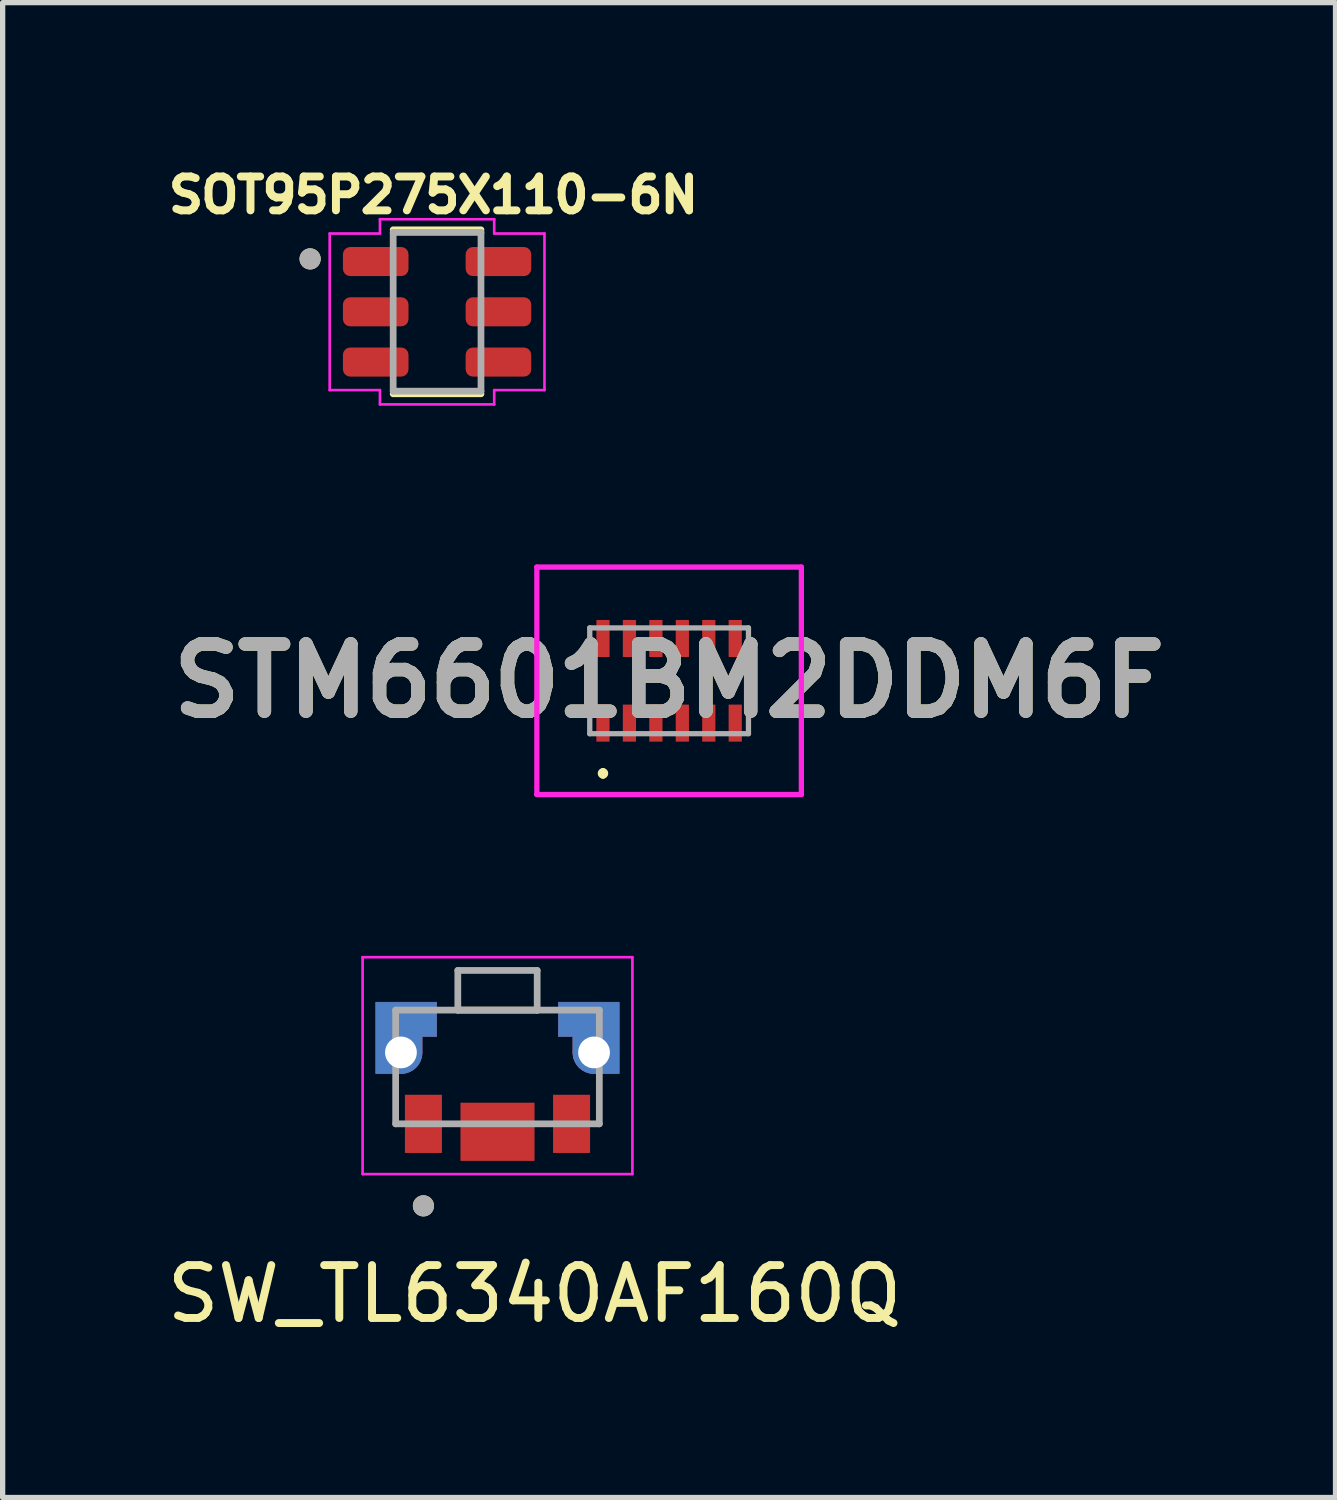
<source format=kicad_pcb>
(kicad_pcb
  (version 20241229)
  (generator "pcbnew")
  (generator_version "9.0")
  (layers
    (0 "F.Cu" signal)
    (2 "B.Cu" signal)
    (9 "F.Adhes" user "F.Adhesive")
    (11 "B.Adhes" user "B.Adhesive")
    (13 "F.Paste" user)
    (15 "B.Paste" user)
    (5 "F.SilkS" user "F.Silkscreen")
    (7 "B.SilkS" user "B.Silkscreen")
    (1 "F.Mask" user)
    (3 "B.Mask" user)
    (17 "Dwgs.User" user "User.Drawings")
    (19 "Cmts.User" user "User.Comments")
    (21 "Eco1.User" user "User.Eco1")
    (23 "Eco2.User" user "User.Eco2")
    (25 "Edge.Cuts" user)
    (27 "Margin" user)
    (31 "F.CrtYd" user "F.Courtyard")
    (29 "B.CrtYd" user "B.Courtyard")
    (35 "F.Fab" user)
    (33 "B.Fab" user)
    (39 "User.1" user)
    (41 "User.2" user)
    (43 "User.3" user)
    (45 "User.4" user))
  (footprint "SOT95P275X110-6N"
    (layer "F.Cu")
    (at 5.212 2.844)
    (property "Reference" "SOT95P275X110-6N" (at -0.068 -2.206 0) (layer "F.SilkS") (effects (font (size 0.64 0.64) (thickness 0.15))))
    (attr smd)
    (fp_line (start -0.83 -1.55) (end 0.83 -1.55) (stroke (width 0.127) (type solid)) (layer "F.SilkS"))
    (fp_line (start -0.83 1.55) (end 0.83 1.55) (stroke (width 0.127) (type solid)) (layer "F.SilkS"))
    (fp_circle (center -2.4 -1) (end -2.3 -1) (stroke (width 0.2) (type solid)) (fill no) (layer "F.SilkS"))
    (fp_line (start -2.03 -1.48) (end -1.08 -1.48) (stroke (width 0.05) (type solid)) (layer "F.CrtYd"))
    (fp_line (start -2.03 1.48) (end -2.03 -1.48) (stroke (width 0.05) (type solid)) (layer "F.CrtYd"))
    (fp_line (start -1.08 -1.75) (end 1.08 -1.75) (stroke (width 0.05) (type solid)) (layer "F.CrtYd"))
    (fp_line (start -1.08 -1.48) (end -1.08 -1.75) (stroke (width 0.05) (type solid)) (layer "F.CrtYd"))
    (fp_line (start -1.08 1.48) (end -2.03 1.48) (stroke (width 0.05) (type solid)) (layer "F.CrtYd"))
    (fp_line (start -1.08 1.75) (end -1.08 1.48) (stroke (width 0.05) (type solid)) (layer "F.CrtYd"))
    (fp_line (start 1.08 -1.75) (end 1.08 -1.48) (stroke (width 0.05) (type solid)) (layer "F.CrtYd"))
    (fp_line (start 1.08 -1.48) (end 2.03 -1.48) (stroke (width 0.05) (type solid)) (layer "F.CrtYd"))
    (fp_line (start 1.08 1.48) (end 1.08 1.75) (stroke (width 0.05) (type solid)) (layer "F.CrtYd"))
    (fp_line (start 1.08 1.75) (end -1.08 1.75) (stroke (width 0.05) (type solid)) (layer "F.CrtYd"))
    (fp_line (start 2.03 1.48) (end 1.08 1.48) (stroke (width 0.05) (type solid)) (layer "F.CrtYd"))
    (fp_line (start 2.03 1.48) (end 2.03 -1.48) (stroke (width 0.05) (type solid)) (layer "F.CrtYd"))
    (fp_line (start -0.83 -1.5) (end 0.83 -1.5) (stroke (width 0.127) (type solid)) (layer "F.Fab"))
    (fp_line (start -0.83 1.5) (end -0.83 -1.5) (stroke (width 0.127) (type solid)) (layer "F.Fab"))
    (fp_line (start 0.83 -1.5) (end 0.83 1.5) (stroke (width 0.127) (type solid)) (layer "F.Fab"))
    (fp_line (start 0.83 1.5) (end -0.83 1.5) (stroke (width 0.127) (type solid)) (layer "F.Fab"))
    (fp_circle (center -2.4 -1) (end -2.3 -1) (stroke (width 0.2) (type solid)) (fill no) (layer "F.Fab"))
    (pad "1" smd roundrect (at -1.16 -0.95) (size 1.24 0.55) (layers "F.Cu" "F.Mask" "F.Paste") (roundrect_rratio 0.25))
    (pad "2" smd roundrect (at -1.16 0) (size 1.24 0.55) (layers "F.Cu" "F.Mask" "F.Paste") (roundrect_rratio 0.25))
    (pad "3" smd roundrect (at -1.16 0.95) (size 1.24 0.55) (layers "F.Cu" "F.Mask" "F.Paste") (roundrect_rratio 0.25))
    (pad "4" smd roundrect (at 1.16 0.95) (size 1.24 0.55) (layers "F.Cu" "F.Mask" "F.Paste") (roundrect_rratio 0.25))
    (pad "5" smd roundrect (at 1.16 0) (size 1.24 0.55) (layers "F.Cu" "F.Mask" "F.Paste") (roundrect_rratio 0.25))
    (pad "6" smd roundrect (at 1.16 -0.95) (size 1.24 0.55) (layers "F.Cu" "F.Mask" "F.Paste") (roundrect_rratio 0.25)))
  (footprint "STM6601BM2DDM6F"
    (layer "F.Cu")
    (at 9.598 9.819)
    (property "Reference" "STM6601BM2DDM6F" (at 0 0 0) (layer "F.SilkS") (effects (font (size 1.27 1.27) (thickness 0.254))))
    (attr smd)
    (fp_line (start -1.25 1.7) (end -1.25 1.7) (stroke (width 0.1) (type solid)) (layer "F.SilkS"))
    (fp_line (start -1.25 1.8) (end -1.25 1.8) (stroke (width 0.1) (type solid)) (layer "F.SilkS"))
    (fp_arc (start -1.25 1.7) (mid -1.2 1.75) (end -1.25 1.8) (stroke (width 0.1) (type solid)) (layer "F.SilkS"))
    (fp_arc (start -1.25 1.8) (mid -1.3 1.75) (end -1.25 1.7) (stroke (width 0.1) (type solid)) (layer "F.SilkS"))
    (fp_line (start -2.5 -2.15) (end 2.5 -2.15) (stroke (width 0.1) (type solid)) (layer "F.CrtYd"))
    (fp_line (start -2.5 2.15) (end -2.5 -2.15) (stroke (width 0.1) (type solid)) (layer "F.CrtYd"))
    (fp_line (start 2.5 -2.15) (end 2.5 2.15) (stroke (width 0.1) (type solid)) (layer "F.CrtYd"))
    (fp_line (start 2.5 2.15) (end -2.5 2.15) (stroke (width 0.1) (type solid)) (layer "F.CrtYd"))
    (fp_line (start -1.5 -1) (end -1.5 1) (stroke (width 0.1) (type solid)) (layer "F.Fab"))
    (fp_line (start -1.5 1) (end 1.5 1) (stroke (width 0.1) (type solid)) (layer "F.Fab"))
    (fp_line (start 1.5 -1) (end -1.5 -1) (stroke (width 0.1) (type solid)) (layer "F.Fab"))
    (fp_line (start 1.5 1) (end 1.5 -1) (stroke (width 0.1) (type solid)) (layer "F.Fab"))
    (fp_text user "${REFERENCE}" (at 0 0 0) (layer "F.Fab") (effects (font (size 1.27 1.27) (thickness 0.254))))
    (pad "1" smd rect (at -1.25 0.8) (size 0.25 0.7) (layers "F.Cu" "F.Mask" "F.Paste"))
    (pad "2" smd rect (at -0.75 0.8) (size 0.25 0.7) (layers "F.Cu" "F.Mask" "F.Paste"))
    (pad "3" smd rect (at -0.25 0.8) (size 0.25 0.7) (layers "F.Cu" "F.Mask" "F.Paste"))
    (pad "4" smd rect (at 0.25 0.8) (size 0.25 0.7) (layers "F.Cu" "F.Mask" "F.Paste"))
    (pad "5" smd rect (at 0.75 0.8) (size 0.25 0.7) (layers "F.Cu" "F.Mask" "F.Paste"))
    (pad "6" smd rect (at 1.25 0.8) (size 0.25 0.7) (layers "F.Cu" "F.Mask" "F.Paste"))
    (pad "7" smd rect (at 1.25 -0.8) (size 0.25 0.7) (layers "F.Cu" "F.Mask" "F.Paste"))
    (pad "8" smd rect (at 0.75 -0.8) (size 0.25 0.7) (layers "F.Cu" "F.Mask" "F.Paste"))
    (pad "9" smd rect (at 0.25 -0.8) (size 0.25 0.7) (layers "F.Cu" "F.Mask" "F.Paste"))
    (pad "10" smd rect (at -0.25 -0.8) (size 0.25 0.7) (layers "F.Cu" "F.Mask" "F.Paste"))
    (pad "11" smd rect (at -0.75 -0.8) (size 0.25 0.7) (layers "F.Cu" "F.Mask" "F.Paste"))
    (pad "12" smd rect (at -1.25 -0.8) (size 0.25 0.7) (layers "F.Cu" "F.Mask" "F.Paste")))
  (footprint "SW_TL6340AF160Q"
    (layer "F.Cu")
    (at 6.354 16.844)
    (property "Reference" "SW_TL6340AF160Q" (at 0.7 4.565 0) (layer "F.SilkS") (effects (font (size 1 1) (thickness 0.15))))
    (attr smd)
    (fp_poly (pts (xy 1.15 -0.95) (xy 2.3 -0.95) (xy 2.3 0.4) (xy 1.825 0.4) (xy 1.804 0.399) (xy 1.783 0.398) (xy 1.762 0.395) (xy 1.742 0.391) (xy 1.721 0.386) (xy 1.701 0.38) (xy 1.682 0.373) (xy 1.662 0.365) (xy 1.643 0.356) (xy 1.625 0.346) (xy 1.607 0.335) (xy 1.59 0.324) (xy 1.573 0.311) (xy 1.557 0.297) (xy 1.542 0.283) (xy 1.528 0.268) (xy 1.514 0.252) (xy 1.501 0.235) (xy 1.49 0.218) (xy 1.479 0.2) (xy 1.469 0.182) (xy 1.46 0.163) (xy 1.452 0.143) (xy 1.445 0.124) (xy 1.439 0.104) (xy 1.434 0.083) (xy 1.43 0.063) (xy 1.427 0.042) (xy 1.426 0.021) (xy 1.425 0) (xy 1.425 -0.3) (xy 1.15 -0.3) (xy 1.15 -0.95)) (stroke (width 0.01) (type solid)) (fill yes) (layer "F.Cu"))
    (fp_poly (pts (xy -2.295 -0.95) (xy -2.3 -0.95) (xy -2.3 0.4) (xy -1.825 0.4) (xy -1.804 0.399) (xy -1.783 0.398) (xy -1.762 0.395) (xy -1.742 0.391) (xy -1.721 0.386) (xy -1.701 0.38) (xy -1.682 0.373) (xy -1.662 0.365) (xy -1.643 0.356) (xy -1.625 0.346) (xy -1.607 0.335) (xy -1.59 0.324) (xy -1.573 0.311) (xy -1.557 0.297) (xy -1.542 0.283) (xy -1.528 0.268) (xy -1.514 0.252) (xy -1.501 0.235) (xy -1.49 0.218) (xy -1.479 0.2) (xy -1.469 0.182) (xy -1.46 0.163) (xy -1.452 0.143) (xy -1.445 0.124) (xy -1.439 0.104) (xy -1.434 0.083) (xy -1.43 0.063) (xy -1.427 0.042) (xy -1.426 0.021) (xy -1.425 0) (xy -1.425 -0.3) (xy -1.15 -0.3) (xy -1.15 -0.95) (xy -2.295 -0.95)) (stroke (width 0.01) (type solid)) (fill yes) (layer "F.Cu"))
    (fp_poly (pts (xy 1.325 -0.2) (xy 1.05 -0.2) (xy 1.05 -1.05) (xy 2.4 -1.05) (xy 2.4 0.5) (xy 1.825 0.5) (xy 1.799 0.499) (xy 1.773 0.497) (xy 1.747 0.494) (xy 1.721 0.489) (xy 1.696 0.483) (xy 1.67 0.476) (xy 1.646 0.467) (xy 1.622 0.457) (xy 1.598 0.446) (xy 1.575 0.433) (xy 1.553 0.419) (xy 1.531 0.405) (xy 1.51 0.389) (xy 1.49 0.372) (xy 1.471 0.354) (xy 1.453 0.335) (xy 1.436 0.315) (xy 1.42 0.294) (xy 1.406 0.272) (xy 1.392 0.25) (xy 1.379 0.227) (xy 1.368 0.203) (xy 1.358 0.179) (xy 1.349 0.155) (xy 1.342 0.129) (xy 1.336 0.104) (xy 1.331 0.078) (xy 1.328 0.052) (xy 1.326 0.026) (xy 1.325 0) (xy 1.325 -0.2)) (stroke (width 0.01) (type solid)) (fill yes) (layer "F.Mask"))
    (fp_poly (pts (xy -1.325 -0.2) (xy -1.05 -0.2) (xy -1.05 -1.05) (xy -1.075 -1.05) (xy -2.4 -1.05) (xy -2.4 0.5) (xy -1.825 0.5) (xy -1.799 0.499) (xy -1.773 0.497) (xy -1.747 0.494) (xy -1.721 0.489) (xy -1.696 0.483) (xy -1.67 0.476) (xy -1.646 0.467) (xy -1.622 0.457) (xy -1.598 0.446) (xy -1.575 0.433) (xy -1.553 0.419) (xy -1.531 0.405) (xy -1.51 0.389) (xy -1.49 0.372) (xy -1.471 0.354) (xy -1.453 0.335) (xy -1.436 0.315) (xy -1.42 0.294) (xy -1.406 0.272) (xy -1.392 0.25) (xy -1.379 0.227) (xy -1.368 0.203) (xy -1.358 0.179) (xy -1.349 0.155) (xy -1.342 0.129) (xy -1.336 0.104) (xy -1.331 0.078) (xy -1.328 0.052) (xy -1.326 0.026) (xy -1.325 0) (xy -1.325 -0.2)) (stroke (width 0.01) (type solid)) (fill yes) (layer "F.Mask"))
    (fp_poly (pts (xy -1.15 -0.95) (xy -2.3 -0.95) (xy -2.3 0.4) (xy -1.825 0.4) (xy -1.804 0.399) (xy -1.783 0.398) (xy -1.762 0.395) (xy -1.742 0.391) (xy -1.721 0.386) (xy -1.701 0.38) (xy -1.682 0.373) (xy -1.662 0.365) (xy -1.643 0.356) (xy -1.625 0.346) (xy -1.607 0.335) (xy -1.59 0.324) (xy -1.573 0.311) (xy -1.557 0.297) (xy -1.542 0.283) (xy -1.528 0.268) (xy -1.514 0.252) (xy -1.501 0.235) (xy -1.49 0.218) (xy -1.479 0.2) (xy -1.469 0.182) (xy -1.46 0.163) (xy -1.452 0.143) (xy -1.445 0.124) (xy -1.439 0.104) (xy -1.434 0.083) (xy -1.43 0.063) (xy -1.427 0.042) (xy -1.426 0.021) (xy -1.425 0) (xy -1.425 -0.3) (xy -1.15 -0.3) (xy -1.15 -0.95)) (stroke (width 0.01) (type solid)) (fill yes) (layer "B.Cu"))
    (fp_poly (pts (xy 1.15 -0.95) (xy 2.3 -0.95) (xy 2.3 0.4) (xy 1.825 0.4) (xy 1.804 0.399) (xy 1.783 0.398) (xy 1.762 0.395) (xy 1.742 0.391) (xy 1.721 0.386) (xy 1.701 0.38) (xy 1.682 0.373) (xy 1.662 0.365) (xy 1.643 0.356) (xy 1.625 0.346) (xy 1.607 0.335) (xy 1.59 0.324) (xy 1.573 0.311) (xy 1.557 0.297) (xy 1.542 0.283) (xy 1.528 0.268) (xy 1.514 0.252) (xy 1.501 0.235) (xy 1.49 0.218) (xy 1.479 0.2) (xy 1.469 0.182) (xy 1.46 0.163) (xy 1.452 0.143) (xy 1.445 0.124) (xy 1.439 0.104) (xy 1.434 0.083) (xy 1.43 0.063) (xy 1.427 0.042) (xy 1.426 0.021) (xy 1.425 0) (xy 1.425 -0.3) (xy 1.15 -0.3) (xy 1.15 -0.95)) (stroke (width 0.01) (type solid)) (fill yes) (layer "B.Cu"))
    (fp_poly (pts (xy -1.325 -0.2) (xy -1.05 -0.2) (xy -1.05 -1.05) (xy -2.4 -1.05) (xy -2.4 0.5) (xy -1.825 0.5) (xy -1.799 0.499) (xy -1.773 0.497) (xy -1.747 0.494) (xy -1.721 0.489) (xy -1.696 0.483) (xy -1.67 0.476) (xy -1.646 0.467) (xy -1.622 0.457) (xy -1.598 0.446) (xy -1.575 0.433) (xy -1.553 0.419) (xy -1.531 0.405) (xy -1.51 0.389) (xy -1.49 0.372) (xy -1.471 0.354) (xy -1.453 0.335) (xy -1.436 0.315) (xy -1.42 0.294) (xy -1.406 0.272) (xy -1.392 0.25) (xy -1.379 0.227) (xy -1.368 0.203) (xy -1.358 0.179) (xy -1.349 0.155) (xy -1.342 0.129) (xy -1.336 0.104) (xy -1.331 0.078) (xy -1.328 0.052) (xy -1.326 0.026) (xy -1.325 0) (xy -1.325 -0.2)) (stroke (width 0.01) (type solid)) (fill yes) (layer "B.Mask"))
    (fp_poly (pts (xy 1.325 -0.2) (xy 1.05 -0.2) (xy 1.05 -1.05) (xy 2.4 -1.05) (xy 2.4 0.5) (xy 1.825 0.5) (xy 1.799 0.499) (xy 1.773 0.497) (xy 1.747 0.494) (xy 1.721 0.489) (xy 1.696 0.483) (xy 1.67 0.476) (xy 1.646 0.467) (xy 1.622 0.457) (xy 1.598 0.446) (xy 1.575 0.433) (xy 1.553 0.419) (xy 1.531 0.405) (xy 1.51 0.389) (xy 1.49 0.372) (xy 1.471 0.354) (xy 1.453 0.335) (xy 1.436 0.315) (xy 1.42 0.294) (xy 1.406 0.272) (xy 1.392 0.25) (xy 1.379 0.227) (xy 1.368 0.203) (xy 1.358 0.179) (xy 1.349 0.155) (xy 1.342 0.129) (xy 1.336 0.104) (xy 1.331 0.078) (xy 1.328 0.052) (xy 1.326 0.026) (xy 1.325 0) (xy 1.325 -0.2)) (stroke (width 0.01) (type solid)) (fill yes) (layer "B.Mask"))
    (fp_line (start 0.75 -0.8) (end -0.75 -0.8) (stroke (width 0.127) (type solid)) (layer "F.SilkS"))
    (fp_circle (center -1.4 2.9) (end -1.3 2.9) (stroke (width 0.2) (type solid)) (fill no) (layer "F.SilkS"))
    (fp_line (start -2.55 -1.8) (end -2.55 2.3) (stroke (width 0.05) (type solid)) (layer "F.CrtYd"))
    (fp_line (start -2.55 2.3) (end 2.55 2.3) (stroke (width 0.05) (type solid)) (layer "F.CrtYd"))
    (fp_line (start 2.55 -1.8) (end -2.55 -1.8) (stroke (width 0.05) (type solid)) (layer "F.CrtYd"))
    (fp_line (start 2.55 2.3) (end 2.55 -1.8) (stroke (width 0.05) (type solid)) (layer "F.CrtYd"))
    (fp_line (start -1.925 -0.8) (end -1.925 1.35) (stroke (width 0.127) (type solid)) (layer "F.Fab"))
    (fp_line (start -1.925 -0.8) (end -0.75 -0.8) (stroke (width 0.127) (type solid)) (layer "F.Fab"))
    (fp_line (start -1.925 1.35) (end 1.925 1.35) (stroke (width 0.127) (type solid)) (layer "F.Fab"))
    (fp_line (start -0.75 -1.55) (end 0.75 -1.55) (stroke (width 0.127) (type solid)) (layer "F.Fab"))
    (fp_line (start -0.75 -0.8) (end -0.75 -1.55) (stroke (width 0.127) (type solid)) (layer "F.Fab"))
    (fp_line (start 0.75 -1.55) (end 0.75 -0.8) (stroke (width 0.127) (type solid)) (layer "F.Fab"))
    (fp_line (start 0.75 -0.8) (end -0.75 -0.8) (stroke (width 0.127) (type solid)) (layer "F.Fab"))
    (fp_line (start 1.925 -0.8) (end 0.75 -0.8) (stroke (width 0.127) (type solid)) (layer "F.Fab"))
    (fp_line (start 1.925 1.35) (end 1.925 -0.8) (stroke (width 0.127) (type solid)) (layer "F.Fab"))
    (fp_circle (center -1.4 2.9) (end -1.3 2.9) (stroke (width 0.2) (type solid)) (fill no) (layer "F.Fab"))
    (pad "1" smd rect (at -1.4 1.35) (size 0.7 1.1) (layers "F.Cu" "F.Mask" "F.Paste"))
    (pad "2" smd rect (at 1.4 1.35) (size 0.7 1.1) (layers "F.Cu" "F.Mask" "F.Paste"))
    (pad "SH1" thru_hole circle (at -1.825 0) (size 0.8 0.8) (drill 0.6) (layers "*.Cu"))
    (pad "SH2" thru_hole circle (at 1.825 0) (size 0.8 0.8) (drill 0.6) (layers "*.Cu"))
    (pad "SH3" smd rect (at 0 1.5) (size 1.4 1.1) (layers "F.Cu" "F.Mask" "F.Paste")))
  (gr_rect
    (start -3 -3)
    (end 22.195 25.257)
    (stroke (width 0.1) (type default))
    (fill no)
    (layer "Edge.Cuts")))
</source>
